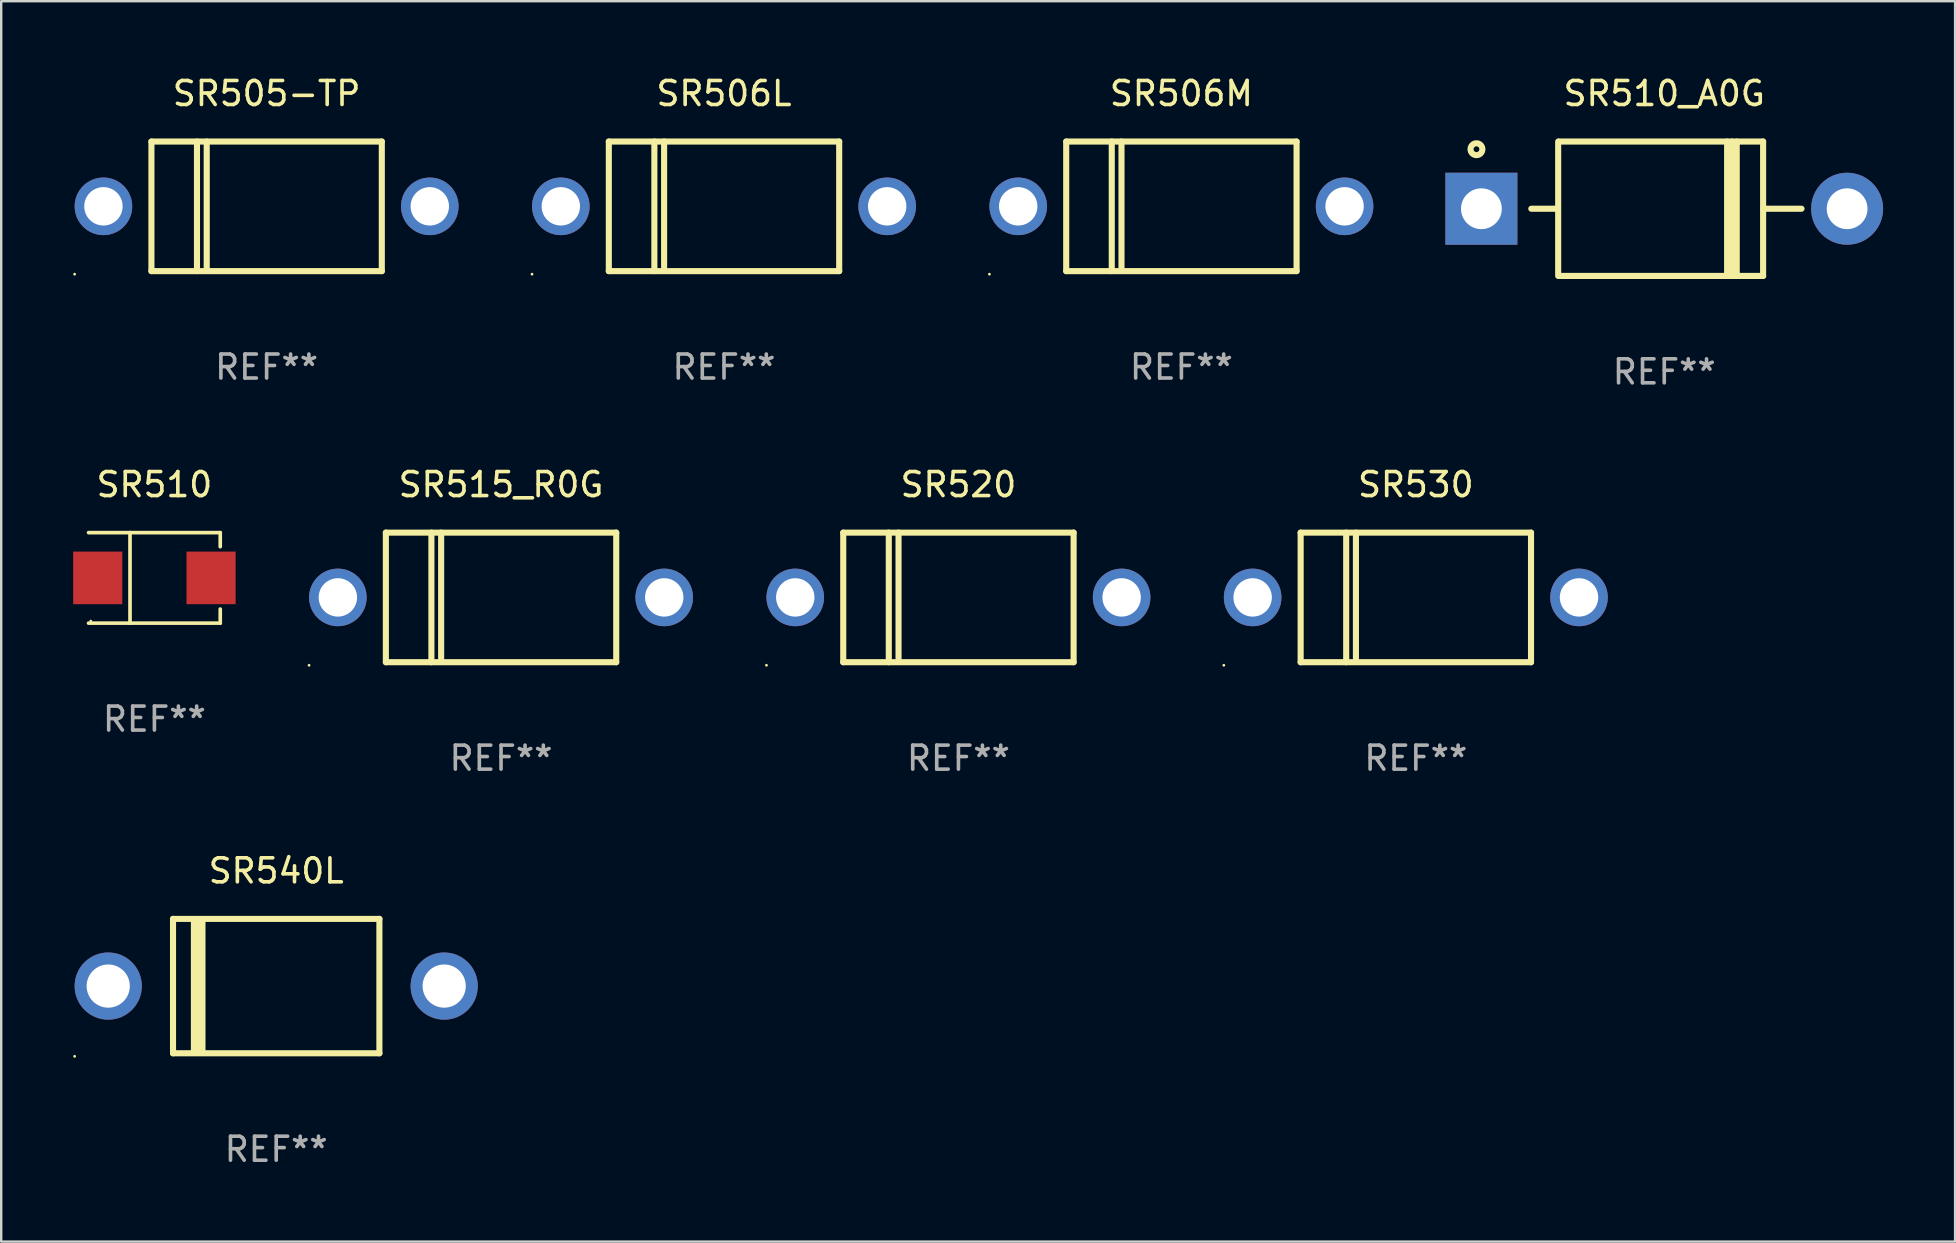
<source format=kicad_pcb>
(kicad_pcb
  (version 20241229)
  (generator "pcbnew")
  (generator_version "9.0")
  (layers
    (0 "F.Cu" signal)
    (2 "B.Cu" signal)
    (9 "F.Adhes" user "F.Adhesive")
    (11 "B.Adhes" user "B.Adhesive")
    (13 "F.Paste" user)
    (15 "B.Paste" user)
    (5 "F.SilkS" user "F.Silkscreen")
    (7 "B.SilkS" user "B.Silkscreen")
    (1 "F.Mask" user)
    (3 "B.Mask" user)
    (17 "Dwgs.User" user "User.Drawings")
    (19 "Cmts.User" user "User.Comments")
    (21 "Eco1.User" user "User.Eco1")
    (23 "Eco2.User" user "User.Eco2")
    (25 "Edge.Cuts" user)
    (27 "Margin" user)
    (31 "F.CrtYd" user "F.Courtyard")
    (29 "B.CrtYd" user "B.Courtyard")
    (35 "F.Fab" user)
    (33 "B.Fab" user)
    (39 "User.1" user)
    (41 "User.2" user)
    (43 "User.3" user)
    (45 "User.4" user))
  (footprint "SR506M"
    (layer "F.Cu")
    (at 46.18 5.548)
    (property "Reference" "SR506M" (at 0 -4.7 0) (layer "F.SilkS") (effects (font (size 1 1) (thickness 0.15))))
    (attr through_hole)
    (fp_line (start -4.8 -2.7) (end -4.8 2.7) (stroke (width 0.254) (type solid)) (layer "F.SilkS"))
    (fp_line (start -4.8 -2.7) (end 4.8 -2.7) (stroke (width 0.254) (type solid)) (layer "F.SilkS"))
    (fp_line (start -2.902 -2.7) (end -2.902 2.7) (stroke (width 0.254) (type solid)) (layer "F.SilkS"))
    (fp_line (start -2.496 -2.7) (end -2.496 2.54) (stroke (width 0.254) (type solid)) (layer "F.SilkS"))
    (fp_line (start 4.8 -2.7) (end 4.8 2.7) (stroke (width 0.254) (type solid)) (layer "F.SilkS"))
    (fp_line (start 4.8 2.7) (end -4.8 2.7) (stroke (width 0.254) (type solid)) (layer "F.SilkS"))
    (fp_circle (center -8 2.827) (end -7.97 2.827) (stroke (width 0.06) (type solid)) (fill no) (layer "F.SilkS"))
    (fp_text user "REF**" (at 0 6.7 0) (layer "F.Fab") (effects (font (size 1 1) (thickness 0.15))))
    (pad "1" thru_hole circle (at -6.8 0) (size 2.4 2.4) (drill 1.6) (layers "*.Cu" "*.Mask"))
    (pad "2" thru_hole circle (at 6.8 0) (size 2.4 2.4) (drill 1.6) (layers "*.Cu" "*.Mask")))
  (footprint "SR515_R0G"
    (layer "F.Cu")
    (at 17.829 21.845)
    (property "Reference" "SR515_R0G" (at 0 -4.7 0) (layer "F.SilkS") (effects (font (size 1 1) (thickness 0.15))))
    (attr through_hole)
    (fp_line (start -4.8 -2.7) (end -4.8 2.7) (stroke (width 0.254) (type solid)) (layer "F.SilkS"))
    (fp_line (start -4.8 -2.7) (end 4.8 -2.7) (stroke (width 0.254) (type solid)) (layer "F.SilkS"))
    (fp_line (start -2.902 -2.7) (end -2.902 2.7) (stroke (width 0.254) (type solid)) (layer "F.SilkS"))
    (fp_line (start -2.496 -2.7) (end -2.496 2.54) (stroke (width 0.254) (type solid)) (layer "F.SilkS"))
    (fp_line (start 4.8 -2.7) (end 4.8 2.7) (stroke (width 0.254) (type solid)) (layer "F.SilkS"))
    (fp_line (start 4.8 2.7) (end -4.8 2.7) (stroke (width 0.254) (type solid)) (layer "F.SilkS"))
    (fp_circle (center -8 2.827) (end -7.97 2.827) (stroke (width 0.06) (type solid)) (fill no) (layer "F.SilkS"))
    (fp_text user "REF**" (at 0 6.7 0) (layer "F.Fab") (effects (font (size 1 1) (thickness 0.15))))
    (pad "1" thru_hole circle (at -6.8 0) (size 2.4 2.4) (drill 1.6) (layers "*.Cu" "*.Mask"))
    (pad "2" thru_hole circle (at 6.8 0) (size 2.4 2.4) (drill 1.6) (layers "*.Cu" "*.Mask")))
  (footprint "SR506L"
    (layer "F.Cu")
    (at 27.12 5.548)
    (property "Reference" "SR506L" (at 0 -4.7 0) (layer "F.SilkS") (effects (font (size 1 1) (thickness 0.15))))
    (attr through_hole)
    (fp_line (start -4.8 -2.7) (end -4.8 2.7) (stroke (width 0.254) (type solid)) (layer "F.SilkS"))
    (fp_line (start -4.8 -2.7) (end 4.8 -2.7) (stroke (width 0.254) (type solid)) (layer "F.SilkS"))
    (fp_line (start -2.902 -2.7) (end -2.902 2.7) (stroke (width 0.254) (type solid)) (layer "F.SilkS"))
    (fp_line (start -2.496 -2.7) (end -2.496 2.54) (stroke (width 0.254) (type solid)) (layer "F.SilkS"))
    (fp_line (start 4.8 -2.7) (end 4.8 2.7) (stroke (width 0.254) (type solid)) (layer "F.SilkS"))
    (fp_line (start 4.8 2.7) (end -4.8 2.7) (stroke (width 0.254) (type solid)) (layer "F.SilkS"))
    (fp_circle (center -8 2.827) (end -7.97 2.827) (stroke (width 0.06) (type solid)) (fill no) (layer "F.SilkS"))
    (fp_text user "REF**" (at 0 6.7 0) (layer "F.Fab") (effects (font (size 1 1) (thickness 0.15))))
    (pad "1" thru_hole circle (at -6.8 0) (size 2.4 2.4) (drill 1.6) (layers "*.Cu" "*.Mask"))
    (pad "2" thru_hole circle (at 6.8 0) (size 2.4 2.4) (drill 1.6) (layers "*.Cu" "*.Mask")))
  (footprint "SR530"
    (layer "F.Cu")
    (at 55.949 21.845)
    (property "Reference" "SR530" (at 0 -4.7 0) (layer "F.SilkS") (effects (font (size 1 1) (thickness 0.15))))
    (attr through_hole)
    (fp_line (start -4.8 -2.7) (end -4.8 2.7) (stroke (width 0.254) (type solid)) (layer "F.SilkS"))
    (fp_line (start -4.8 -2.7) (end 4.8 -2.7) (stroke (width 0.254) (type solid)) (layer "F.SilkS"))
    (fp_line (start -2.902 -2.7) (end -2.902 2.7) (stroke (width 0.254) (type solid)) (layer "F.SilkS"))
    (fp_line (start -2.496 -2.7) (end -2.496 2.54) (stroke (width 0.254) (type solid)) (layer "F.SilkS"))
    (fp_line (start 4.8 -2.7) (end 4.8 2.7) (stroke (width 0.254) (type solid)) (layer "F.SilkS"))
    (fp_line (start 4.8 2.7) (end -4.8 2.7) (stroke (width 0.254) (type solid)) (layer "F.SilkS"))
    (fp_circle (center -8 2.827) (end -7.97 2.827) (stroke (width 0.06) (type solid)) (fill no) (layer "F.SilkS"))
    (fp_text user "REF**" (at 0 6.7 0) (layer "F.Fab") (effects (font (size 1 1) (thickness 0.15))))
    (pad "1" thru_hole circle (at -6.8 0) (size 2.4 2.4) (drill 1.6) (layers "*.Cu" "*.Mask"))
    (pad "2" thru_hole circle (at 6.8 0) (size 2.4 2.4) (drill 1.6) (layers "*.Cu" "*.Mask")))
  (footprint "SR510"
    (layer "F.Cu")
    (at 3.384 21.031)
    (property "Reference" "SR510" (at 0 -3.886 0) (layer "F.SilkS") (effects (font (size 1 1) (thickness 0.15))))
    (attr through_hole)
    (fp_line (start -2.744 -1.886) (end 2.744 -1.886) (stroke (width 0.152) (type solid)) (layer "F.SilkS"))
    (fp_line (start -2.744 1.886) (end 2.744 1.886) (stroke (width 0.152) (type solid)) (layer "F.SilkS"))
    (fp_line (start -1.016 -1.886) (end -1.016 1.886) (stroke (width 0.152) (type solid)) (layer "F.SilkS"))
    (fp_line (start 2.744 -1.886) (end 2.744 -1.299) (stroke (width 0.152) (type solid)) (layer "F.SilkS"))
    (fp_line (start 2.744 1.886) (end 2.744 1.299) (stroke (width 0.152) (type solid)) (layer "F.SilkS"))
    (fp_circle (center -2.65 1.8) (end -2.62 1.8) (stroke (width 0.06) (type solid)) (fill no) (layer "F.SilkS"))
    (fp_text user "REF**" (at 0 5.886 0) (layer "F.Fab") (effects (font (size 1 1) (thickness 0.15))))
    (pad "1" smd rect (at -2.361 0) (size 2.047 2.192) (layers "F.Cu" "F.Mask" "F.Paste"))
    (pad "2" smd rect (at 2.361 0) (size 2.047 2.192) (layers "F.Cu" "F.Mask" "F.Paste")))
  (footprint "SR510_A0G"
    (layer "F.Cu")
    (at 66.301 5.648)
    (property "Reference" "SR510_A0G" (at 0 -4.8 0) (layer "F.SilkS") (effects (font (size 1 1) (thickness 0.15))))
    (attr through_hole)
    (fp_line (start -5.54 0) (end -4.44 0) (stroke (width 0.254) (type solid)) (layer "F.SilkS"))
    (fp_line (start -4.42 2.8) (end -4.42 -2.8) (stroke (width 0.254) (type solid)) (layer "F.SilkS"))
    (fp_line (start -4.38 -2.8) (end 4.12 -2.8) (stroke (width 0.254) (type solid)) (layer "F.SilkS"))
    (fp_line (start 2.62 -2.8) (end 2.62 2.8) (stroke (width 0.254) (type solid)) (layer "F.SilkS"))
    (fp_line (start 2.82 -2.8) (end 2.82 2.8) (stroke (width 0.254) (type solid)) (layer "F.SilkS"))
    (fp_line (start 3.02 -2.8) (end 3.02 2.8) (stroke (width 0.254) (type solid)) (layer "F.SilkS"))
    (fp_line (start 4.12 -2.8) (end 4.12 2.8) (stroke (width 0.254) (type solid)) (layer "F.SilkS"))
    (fp_line (start 4.12 0) (end 5.72 0) (stroke (width 0.254) (type solid)) (layer "F.SilkS"))
    (fp_line (start 4.12 2.8) (end -4.38 2.8) (stroke (width 0.254) (type solid)) (layer "F.SilkS"))
    (fp_circle (center -7.825 -2.48) (end -7.705 -2.48) (stroke (width 0.254) (type solid)) (fill no) (layer "F.SilkS"))
    (fp_text user "REF**" (at 0 6.8 0) (layer "F.Fab") (effects (font (size 1 1) (thickness 0.15))))
    (pad "1" thru_hole rect (at -7.62 0 180) (size 3 3) (drill 1.7) (layers "*.Cu" "*.Mask"))
    (pad "2" thru_hole circle (at 7.62 0) (size 3 3) (drill 1.7) (layers "*.Cu" "*.Mask")))
  (footprint "SR540L"
    (layer "F.Cu")
    (at 8.46 38.041)
    (property "Reference" "SR540L" (at 0 -4.8 0) (layer "F.SilkS") (effects (font (size 1 1) (thickness 0.15))))
    (attr through_hole)
    (fp_line (start -4.3 -2.8) (end -4.3 2.8) (stroke (width 0.254) (type solid)) (layer "F.SilkS"))
    (fp_line (start -4.3 -2.8) (end 4.3 -2.8) (stroke (width 0.254) (type solid)) (layer "F.SilkS"))
    (fp_line (start -4.3 2.8) (end 4.3 2.8) (stroke (width 0.254) (type solid)) (layer "F.SilkS"))
    (fp_line (start -3.442 2.667) (end -3.442 -2.667) (stroke (width 0.229) (type solid)) (layer "F.SilkS"))
    (fp_line (start -3.315 2.667) (end -3.315 -2.667) (stroke (width 0.229) (type solid)) (layer "F.SilkS"))
    (fp_line (start -3.188 2.667) (end -3.188 -2.667) (stroke (width 0.229) (type solid)) (layer "F.SilkS"))
    (fp_line (start -3.061 2.667) (end -3.061 -2.667) (stroke (width 0.229) (type solid)) (layer "F.SilkS"))
    (fp_line (start 4.3 -2.8) (end 4.3 2.8) (stroke (width 0.254) (type solid)) (layer "F.SilkS"))
    (fp_circle (center -8.4 2.927) (end -8.37 2.927) (stroke (width 0.06) (type solid)) (fill no) (layer "F.SilkS"))
    (fp_text user "REF**" (at 0 6.8 0) (layer "F.Fab") (effects (font (size 1 1) (thickness 0.15))))
    (pad "1" thru_hole circle (at -7 0) (size 2.8 2.8) (drill 1.8) (layers "*.Cu" "*.Mask"))
    (pad "2" thru_hole circle (at 7 0) (size 2.8 2.8) (drill 1.8) (layers "*.Cu" "*.Mask")))
  (footprint "SR520"
    (layer "F.Cu")
    (at 36.889 21.845)
    (property "Reference" "SR520" (at 0 -4.7 0) (layer "F.SilkS") (effects (font (size 1 1) (thickness 0.15))))
    (attr through_hole)
    (fp_line (start -4.8 -2.7) (end -4.8 2.7) (stroke (width 0.254) (type solid)) (layer "F.SilkS"))
    (fp_line (start -4.8 -2.7) (end 4.8 -2.7) (stroke (width 0.254) (type solid)) (layer "F.SilkS"))
    (fp_line (start -2.902 -2.7) (end -2.902 2.7) (stroke (width 0.254) (type solid)) (layer "F.SilkS"))
    (fp_line (start -2.496 -2.7) (end -2.496 2.54) (stroke (width 0.254) (type solid)) (layer "F.SilkS"))
    (fp_line (start 4.8 -2.7) (end 4.8 2.7) (stroke (width 0.254) (type solid)) (layer "F.SilkS"))
    (fp_line (start 4.8 2.7) (end -4.8 2.7) (stroke (width 0.254) (type solid)) (layer "F.SilkS"))
    (fp_circle (center -8 2.827) (end -7.97 2.827) (stroke (width 0.06) (type solid)) (fill no) (layer "F.SilkS"))
    (fp_text user "REF**" (at 0 6.7 0) (layer "F.Fab") (effects (font (size 1 1) (thickness 0.15))))
    (pad "1" thru_hole circle (at -6.8 0) (size 2.4 2.4) (drill 1.6) (layers "*.Cu" "*.Mask"))
    (pad "2" thru_hole circle (at 6.8 0) (size 2.4 2.4) (drill 1.6) (layers "*.Cu" "*.Mask")))
  (footprint "SR505-TP"
    (layer "F.Cu")
    (at 8.06 5.548)
    (property "Reference" "SR505-TP" (at 0 -4.7 0) (layer "F.SilkS") (effects (font (size 1 1) (thickness 0.15))))
    (attr through_hole)
    (fp_line (start -4.8 -2.7) (end -4.8 2.7) (stroke (width 0.254) (type solid)) (layer "F.SilkS"))
    (fp_line (start -4.8 -2.7) (end 4.8 -2.7) (stroke (width 0.254) (type solid)) (layer "F.SilkS"))
    (fp_line (start -2.902 -2.7) (end -2.902 2.7) (stroke (width 0.254) (type solid)) (layer "F.SilkS"))
    (fp_line (start -2.496 -2.7) (end -2.496 2.54) (stroke (width 0.254) (type solid)) (layer "F.SilkS"))
    (fp_line (start 4.8 -2.7) (end 4.8 2.7) (stroke (width 0.254) (type solid)) (layer "F.SilkS"))
    (fp_line (start 4.8 2.7) (end -4.8 2.7) (stroke (width 0.254) (type solid)) (layer "F.SilkS"))
    (fp_circle (center -8 2.827) (end -7.97 2.827) (stroke (width 0.06) (type solid)) (fill no) (layer "F.SilkS"))
    (fp_text user "REF**" (at 0 6.7 0) (layer "F.Fab") (effects (font (size 1 1) (thickness 0.15))))
    (pad "1" thru_hole circle (at -6.8 0) (size 2.4 2.4) (drill 1.6) (layers "*.Cu" "*.Mask"))
    (pad "2" thru_hole circle (at 6.8 0) (size 2.4 2.4) (drill 1.6) (layers "*.Cu" "*.Mask")))
  (gr_rect
    (start -3 -3)
    (end 78.421 48.69)
    (stroke (width 0.1) (type default))
    (fill no)
    (layer "Edge.Cuts")))
</source>
